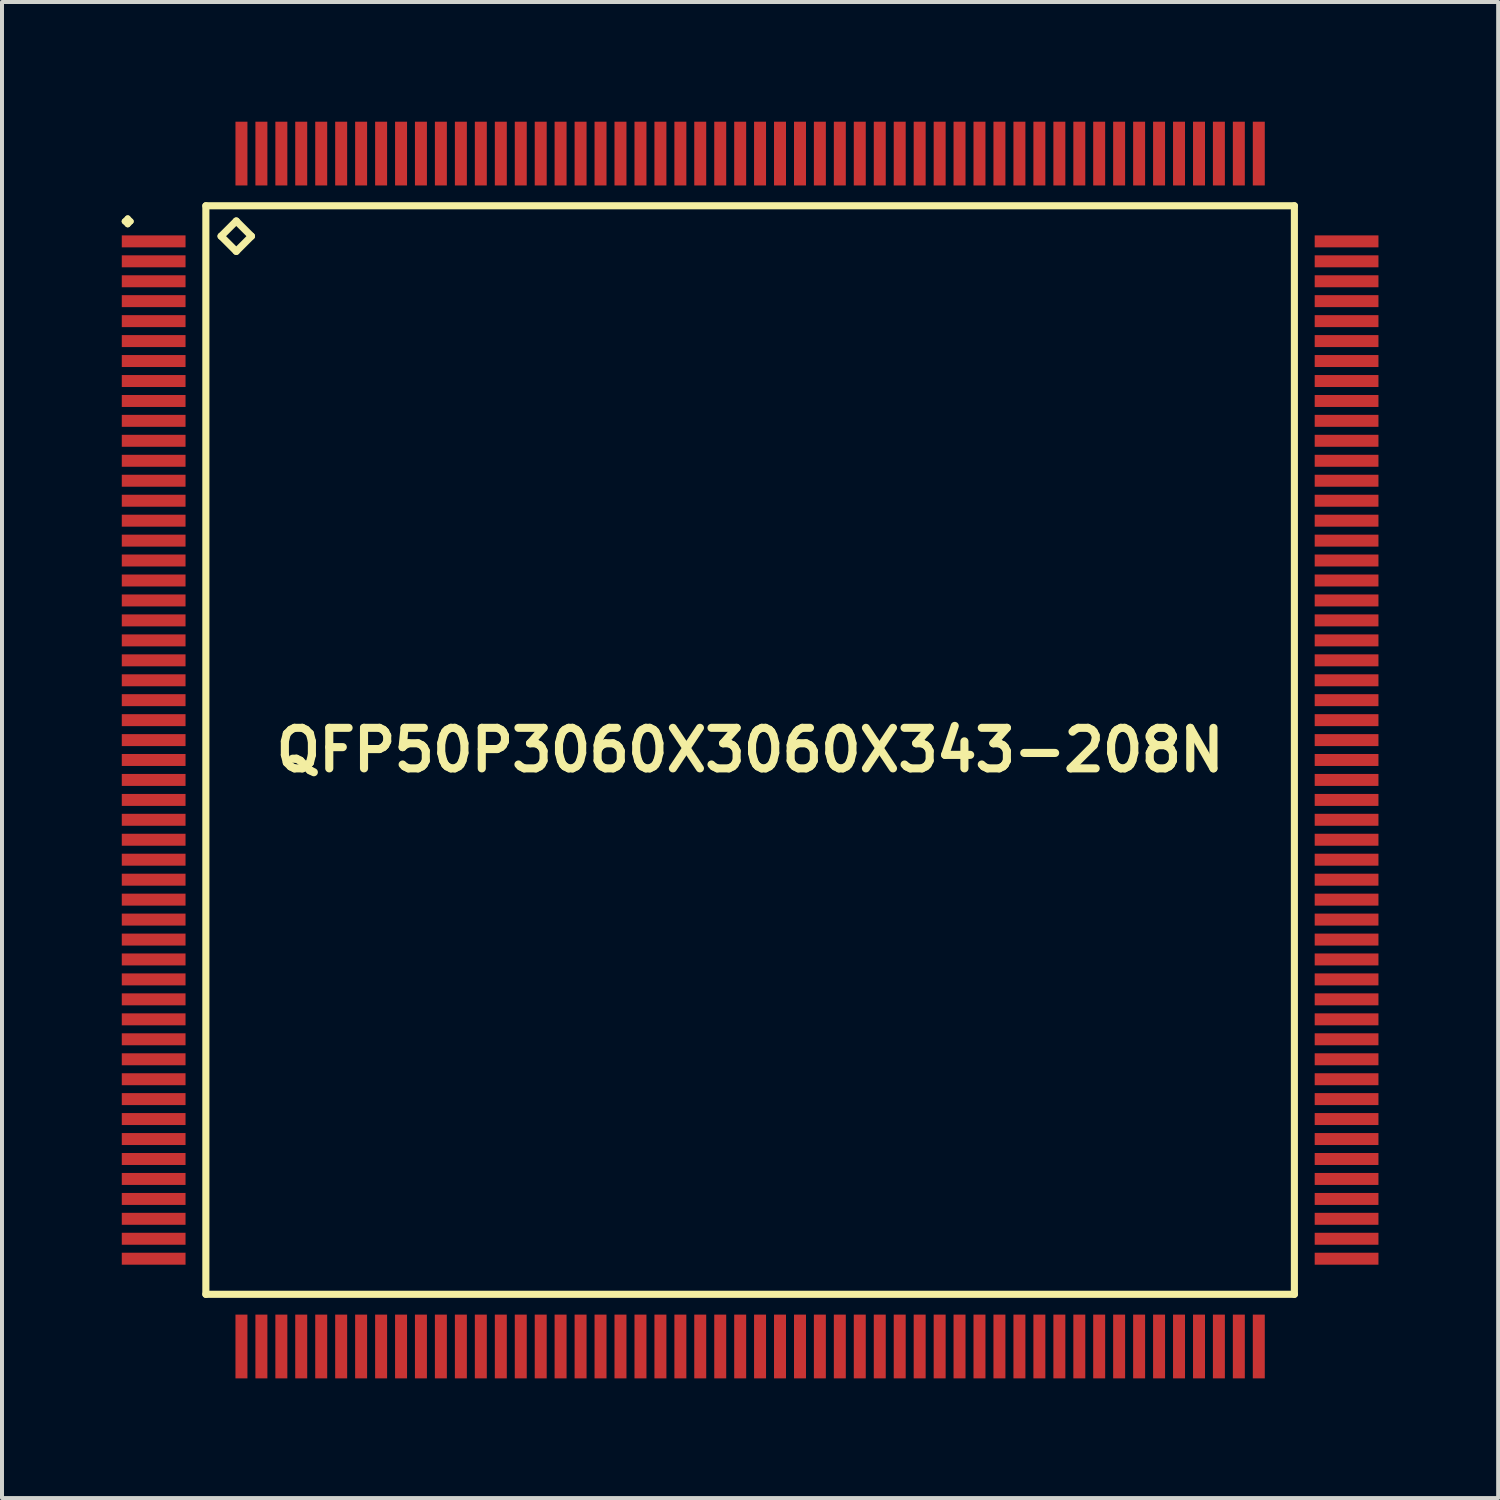
<source format=kicad_pcb>
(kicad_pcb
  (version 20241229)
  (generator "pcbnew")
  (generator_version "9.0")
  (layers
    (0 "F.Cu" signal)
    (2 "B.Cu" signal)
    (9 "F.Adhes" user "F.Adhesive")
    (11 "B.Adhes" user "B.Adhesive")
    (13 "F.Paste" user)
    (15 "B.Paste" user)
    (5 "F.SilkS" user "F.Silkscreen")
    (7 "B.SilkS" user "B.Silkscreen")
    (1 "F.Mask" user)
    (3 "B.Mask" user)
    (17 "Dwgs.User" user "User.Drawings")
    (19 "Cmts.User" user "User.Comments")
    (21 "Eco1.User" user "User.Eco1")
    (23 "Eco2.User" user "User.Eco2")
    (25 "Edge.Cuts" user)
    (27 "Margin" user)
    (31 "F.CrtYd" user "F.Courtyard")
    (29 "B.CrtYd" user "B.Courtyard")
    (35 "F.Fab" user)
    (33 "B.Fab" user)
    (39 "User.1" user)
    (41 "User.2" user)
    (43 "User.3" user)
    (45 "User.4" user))
  (footprint "QFP50P3060X3060X343-208N"
    (layer "F.Cu")
    (at 15.749 15.747)
    (property "Reference" "QFP50P3060X3060X343-208N" (at 0 0 0) (layer "F.SilkS") (effects (font (size 1.016 1.016) (thickness 0.203))))
    (attr smd)
    (fp_line (start -15.674 -13.249) (end -15.598 -13.325) (stroke (width 0.15) (type solid)) (layer "F.SilkS"))
    (fp_line (start -15.598 -13.325) (end -15.524 -13.249) (stroke (width 0.15) (type solid)) (layer "F.SilkS"))
    (fp_line (start -15.598 -13.175) (end -15.674 -13.249) (stroke (width 0.15) (type solid)) (layer "F.SilkS"))
    (fp_line (start -15.524 -13.249) (end -15.598 -13.175) (stroke (width 0.15) (type solid)) (layer "F.SilkS"))
    (fp_line (start -13.64 -13.64) (end -13.64 13.64) (stroke (width 0.178) (type solid)) (layer "F.SilkS"))
    (fp_line (start -13.64 13.64) (end 13.64 13.64) (stroke (width 0.178) (type solid)) (layer "F.SilkS"))
    (fp_line (start -13.259 -12.878) (end -12.878 -13.259) (stroke (width 0.178) (type solid)) (layer "F.SilkS"))
    (fp_line (start -12.878 -13.259) (end -12.497 -12.878) (stroke (width 0.178) (type solid)) (layer "F.SilkS"))
    (fp_line (start -12.878 -12.497) (end -13.259 -12.878) (stroke (width 0.178) (type solid)) (layer "F.SilkS"))
    (fp_line (start -12.497 -12.878) (end -12.878 -12.497) (stroke (width 0.178) (type solid)) (layer "F.SilkS"))
    (fp_line (start 13.64 -13.64) (end -13.64 -13.64) (stroke (width 0.178) (type solid)) (layer "F.SilkS"))
    (fp_line (start 13.64 13.64) (end 13.64 -13.64) (stroke (width 0.178) (type solid)) (layer "F.SilkS"))
    (pad "1" smd rect (at -14.948 -12.748) (size 1.598 0.3) (layers "F.Cu" "F.Mask" "F.Paste"))
    (pad "2" smd rect (at -14.948 -12.248) (size 1.598 0.3) (layers "F.Cu" "F.Mask" "F.Paste"))
    (pad "3" smd rect (at -14.948 -11.748) (size 1.598 0.3) (layers "F.Cu" "F.Mask" "F.Paste"))
    (pad "4" smd rect (at -14.948 -11.25) (size 1.598 0.3) (layers "F.Cu" "F.Mask" "F.Paste"))
    (pad "5" smd rect (at -14.948 -10.749) (size 1.598 0.3) (layers "F.Cu" "F.Mask" "F.Paste"))
    (pad "6" smd rect (at -14.948 -10.249) (size 1.598 0.3) (layers "F.Cu" "F.Mask" "F.Paste"))
    (pad "7" smd rect (at -14.948 -9.749) (size 1.598 0.3) (layers "F.Cu" "F.Mask" "F.Paste"))
    (pad "8" smd rect (at -14.948 -9.248) (size 1.598 0.3) (layers "F.Cu" "F.Mask" "F.Paste"))
    (pad "9" smd rect (at -14.948 -8.748) (size 1.598 0.3) (layers "F.Cu" "F.Mask" "F.Paste"))
    (pad "10" smd rect (at -14.948 -8.25) (size 1.598 0.3) (layers "F.Cu" "F.Mask" "F.Paste"))
    (pad "11" smd rect (at -14.948 -7.75) (size 1.598 0.3) (layers "F.Cu" "F.Mask" "F.Paste"))
    (pad "12" smd rect (at -14.948 -7.249) (size 1.598 0.3) (layers "F.Cu" "F.Mask" "F.Paste"))
    (pad "13" smd rect (at -14.948 -6.749) (size 1.598 0.3) (layers "F.Cu" "F.Mask" "F.Paste"))
    (pad "14" smd rect (at -14.948 -6.248) (size 1.598 0.3) (layers "F.Cu" "F.Mask" "F.Paste"))
    (pad "15" smd rect (at -14.948 -5.748) (size 1.598 0.3) (layers "F.Cu" "F.Mask" "F.Paste"))
    (pad "16" smd rect (at -14.948 -5.248) (size 1.598 0.3) (layers "F.Cu" "F.Mask" "F.Paste"))
    (pad "17" smd rect (at -14.948 -4.75) (size 1.598 0.3) (layers "F.Cu" "F.Mask" "F.Paste"))
    (pad "18" smd rect (at -14.948 -4.249) (size 1.598 0.3) (layers "F.Cu" "F.Mask" "F.Paste"))
    (pad "19" smd rect (at -14.948 -3.749) (size 1.598 0.3) (layers "F.Cu" "F.Mask" "F.Paste"))
    (pad "20" smd rect (at -14.948 -3.249) (size 1.598 0.3) (layers "F.Cu" "F.Mask" "F.Paste"))
    (pad "21" smd rect (at -14.948 -2.748) (size 1.598 0.3) (layers "F.Cu" "F.Mask" "F.Paste"))
    (pad "22" smd rect (at -14.948 -2.248) (size 1.598 0.3) (layers "F.Cu" "F.Mask" "F.Paste"))
    (pad "23" smd rect (at -14.948 -1.748) (size 1.598 0.3) (layers "F.Cu" "F.Mask" "F.Paste"))
    (pad "24" smd rect (at -14.948 -1.25) (size 1.598 0.3) (layers "F.Cu" "F.Mask" "F.Paste"))
    (pad "25" smd rect (at -14.948 -0.749) (size 1.598 0.3) (layers "F.Cu" "F.Mask" "F.Paste"))
    (pad "26" smd rect (at -14.948 -0.249) (size 1.598 0.3) (layers "F.Cu" "F.Mask" "F.Paste"))
    (pad "27" smd rect (at -14.948 0.249) (size 1.598 0.3) (layers "F.Cu" "F.Mask" "F.Paste"))
    (pad "28" smd rect (at -14.948 0.749) (size 1.598 0.3) (layers "F.Cu" "F.Mask" "F.Paste"))
    (pad "29" smd rect (at -14.948 1.25) (size 1.598 0.3) (layers "F.Cu" "F.Mask" "F.Paste"))
    (pad "30" smd rect (at -14.948 1.748) (size 1.598 0.3) (layers "F.Cu" "F.Mask" "F.Paste"))
    (pad "31" smd rect (at -14.948 2.248) (size 1.598 0.3) (layers "F.Cu" "F.Mask" "F.Paste"))
    (pad "32" smd rect (at -14.948 2.748) (size 1.598 0.3) (layers "F.Cu" "F.Mask" "F.Paste"))
    (pad "33" smd rect (at -14.948 3.249) (size 1.598 0.3) (layers "F.Cu" "F.Mask" "F.Paste"))
    (pad "34" smd rect (at -14.948 3.749) (size 1.598 0.3) (layers "F.Cu" "F.Mask" "F.Paste"))
    (pad "35" smd rect (at -14.948 4.249) (size 1.598 0.3) (layers "F.Cu" "F.Mask" "F.Paste"))
    (pad "36" smd rect (at -14.948 4.75) (size 1.598 0.3) (layers "F.Cu" "F.Mask" "F.Paste"))
    (pad "37" smd rect (at -14.948 5.248) (size 1.598 0.3) (layers "F.Cu" "F.Mask" "F.Paste"))
    (pad "38" smd rect (at -14.948 5.748) (size 1.598 0.3) (layers "F.Cu" "F.Mask" "F.Paste"))
    (pad "39" smd rect (at -14.948 6.248) (size 1.598 0.3) (layers "F.Cu" "F.Mask" "F.Paste"))
    (pad "40" smd rect (at -14.948 6.749) (size 1.598 0.3) (layers "F.Cu" "F.Mask" "F.Paste"))
    (pad "41" smd rect (at -14.948 7.249) (size 1.598 0.3) (layers "F.Cu" "F.Mask" "F.Paste"))
    (pad "42" smd rect (at -14.948 7.75) (size 1.598 0.3) (layers "F.Cu" "F.Mask" "F.Paste"))
    (pad "43" smd rect (at -14.948 8.25) (size 1.598 0.3) (layers "F.Cu" "F.Mask" "F.Paste"))
    (pad "44" smd rect (at -14.948 8.748) (size 1.598 0.3) (layers "F.Cu" "F.Mask" "F.Paste"))
    (pad "45" smd rect (at -14.948 9.248) (size 1.598 0.3) (layers "F.Cu" "F.Mask" "F.Paste"))
    (pad "46" smd rect (at -14.948 9.749) (size 1.598 0.3) (layers "F.Cu" "F.Mask" "F.Paste"))
    (pad "47" smd rect (at -14.948 10.249) (size 1.598 0.3) (layers "F.Cu" "F.Mask" "F.Paste"))
    (pad "48" smd rect (at -14.948 10.749) (size 1.598 0.3) (layers "F.Cu" "F.Mask" "F.Paste"))
    (pad "49" smd rect (at -14.948 11.25) (size 1.598 0.3) (layers "F.Cu" "F.Mask" "F.Paste"))
    (pad "50" smd rect (at -14.948 11.748) (size 1.598 0.3) (layers "F.Cu" "F.Mask" "F.Paste"))
    (pad "51" smd rect (at -14.948 12.248) (size 1.598 0.3) (layers "F.Cu" "F.Mask" "F.Paste"))
    (pad "52" smd rect (at -14.948 12.748) (size 1.598 0.3) (layers "F.Cu" "F.Mask" "F.Paste"))
    (pad "53" smd rect (at -12.748 14.948) (size 0.3 1.598) (layers "F.Cu" "F.Mask" "F.Paste"))
    (pad "54" smd rect (at -12.248 14.948) (size 0.3 1.598) (layers "F.Cu" "F.Mask" "F.Paste"))
    (pad "55" smd rect (at -11.748 14.948) (size 0.3 1.598) (layers "F.Cu" "F.Mask" "F.Paste"))
    (pad "56" smd rect (at -11.25 14.948) (size 0.3 1.598) (layers "F.Cu" "F.Mask" "F.Paste"))
    (pad "57" smd rect (at -10.749 14.948) (size 0.3 1.598) (layers "F.Cu" "F.Mask" "F.Paste"))
    (pad "58" smd rect (at -10.249 14.948) (size 0.3 1.598) (layers "F.Cu" "F.Mask" "F.Paste"))
    (pad "59" smd rect (at -9.749 14.948) (size 0.3 1.598) (layers "F.Cu" "F.Mask" "F.Paste"))
    (pad "60" smd rect (at -9.248 14.948) (size 0.3 1.598) (layers "F.Cu" "F.Mask" "F.Paste"))
    (pad "61" smd rect (at -8.748 14.948) (size 0.3 1.598) (layers "F.Cu" "F.Mask" "F.Paste"))
    (pad "62" smd rect (at -8.25 14.948) (size 0.3 1.598) (layers "F.Cu" "F.Mask" "F.Paste"))
    (pad "63" smd rect (at -7.75 14.948) (size 0.3 1.598) (layers "F.Cu" "F.Mask" "F.Paste"))
    (pad "64" smd rect (at -7.249 14.948) (size 0.3 1.598) (layers "F.Cu" "F.Mask" "F.Paste"))
    (pad "65" smd rect (at -6.749 14.948) (size 0.3 1.598) (layers "F.Cu" "F.Mask" "F.Paste"))
    (pad "66" smd rect (at -6.248 14.948) (size 0.3 1.598) (layers "F.Cu" "F.Mask" "F.Paste"))
    (pad "67" smd rect (at -5.748 14.948) (size 0.3 1.598) (layers "F.Cu" "F.Mask" "F.Paste"))
    (pad "68" smd rect (at -5.248 14.948) (size 0.3 1.598) (layers "F.Cu" "F.Mask" "F.Paste"))
    (pad "69" smd rect (at -4.75 14.948) (size 0.3 1.598) (layers "F.Cu" "F.Mask" "F.Paste"))
    (pad "70" smd rect (at -4.249 14.948) (size 0.3 1.598) (layers "F.Cu" "F.Mask" "F.Paste"))
    (pad "71" smd rect (at -3.749 14.948) (size 0.3 1.598) (layers "F.Cu" "F.Mask" "F.Paste"))
    (pad "72" smd rect (at -3.249 14.948) (size 0.3 1.598) (layers "F.Cu" "F.Mask" "F.Paste"))
    (pad "73" smd rect (at -2.748 14.948) (size 0.3 1.598) (layers "F.Cu" "F.Mask" "F.Paste"))
    (pad "74" smd rect (at -2.248 14.948) (size 0.3 1.598) (layers "F.Cu" "F.Mask" "F.Paste"))
    (pad "75" smd rect (at -1.748 14.948) (size 0.3 1.598) (layers "F.Cu" "F.Mask" "F.Paste"))
    (pad "76" smd rect (at -1.25 14.948) (size 0.3 1.598) (layers "F.Cu" "F.Mask" "F.Paste"))
    (pad "77" smd rect (at -0.749 14.948) (size 0.3 1.598) (layers "F.Cu" "F.Mask" "F.Paste"))
    (pad "78" smd rect (at -0.249 14.948) (size 0.3 1.598) (layers "F.Cu" "F.Mask" "F.Paste"))
    (pad "79" smd rect (at 0.249 14.948) (size 0.3 1.598) (layers "F.Cu" "F.Mask" "F.Paste"))
    (pad "80" smd rect (at 0.749 14.948) (size 0.3 1.598) (layers "F.Cu" "F.Mask" "F.Paste"))
    (pad "81" smd rect (at 1.25 14.948) (size 0.3 1.598) (layers "F.Cu" "F.Mask" "F.Paste"))
    (pad "82" smd rect (at 1.748 14.948) (size 0.3 1.598) (layers "F.Cu" "F.Mask" "F.Paste"))
    (pad "83" smd rect (at 2.248 14.948) (size 0.3 1.598) (layers "F.Cu" "F.Mask" "F.Paste"))
    (pad "84" smd rect (at 2.748 14.948) (size 0.3 1.598) (layers "F.Cu" "F.Mask" "F.Paste"))
    (pad "85" smd rect (at 3.249 14.948) (size 0.3 1.598) (layers "F.Cu" "F.Mask" "F.Paste"))
    (pad "86" smd rect (at 3.749 14.948) (size 0.3 1.598) (layers "F.Cu" "F.Mask" "F.Paste"))
    (pad "87" smd rect (at 4.249 14.948) (size 0.3 1.598) (layers "F.Cu" "F.Mask" "F.Paste"))
    (pad "88" smd rect (at 4.75 14.948) (size 0.3 1.598) (layers "F.Cu" "F.Mask" "F.Paste"))
    (pad "89" smd rect (at 5.248 14.948) (size 0.3 1.598) (layers "F.Cu" "F.Mask" "F.Paste"))
    (pad "90" smd rect (at 5.748 14.948) (size 0.3 1.598) (layers "F.Cu" "F.Mask" "F.Paste"))
    (pad "91" smd rect (at 6.248 14.948) (size 0.3 1.598) (layers "F.Cu" "F.Mask" "F.Paste"))
    (pad "92" smd rect (at 6.749 14.948) (size 0.3 1.598) (layers "F.Cu" "F.Mask" "F.Paste"))
    (pad "93" smd rect (at 7.249 14.948) (size 0.3 1.598) (layers "F.Cu" "F.Mask" "F.Paste"))
    (pad "94" smd rect (at 7.75 14.948) (size 0.3 1.598) (layers "F.Cu" "F.Mask" "F.Paste"))
    (pad "95" smd rect (at 8.25 14.948) (size 0.3 1.598) (layers "F.Cu" "F.Mask" "F.Paste"))
    (pad "96" smd rect (at 8.748 14.948) (size 0.3 1.598) (layers "F.Cu" "F.Mask" "F.Paste"))
    (pad "97" smd rect (at 9.248 14.948) (size 0.3 1.598) (layers "F.Cu" "F.Mask" "F.Paste"))
    (pad "98" smd rect (at 9.749 14.948) (size 0.3 1.598) (layers "F.Cu" "F.Mask" "F.Paste"))
    (pad "99" smd rect (at 10.249 14.948) (size 0.3 1.598) (layers "F.Cu" "F.Mask" "F.Paste"))
    (pad "100" smd rect (at 10.749 14.948) (size 0.3 1.598) (layers "F.Cu" "F.Mask" "F.Paste"))
    (pad "101" smd rect (at 11.25 14.948) (size 0.3 1.598) (layers "F.Cu" "F.Mask" "F.Paste"))
    (pad "102" smd rect (at 11.748 14.948) (size 0.3 1.598) (layers "F.Cu" "F.Mask" "F.Paste"))
    (pad "103" smd rect (at 12.248 14.948) (size 0.3 1.598) (layers "F.Cu" "F.Mask" "F.Paste"))
    (pad "104" smd rect (at 12.748 14.948) (size 0.3 1.598) (layers "F.Cu" "F.Mask" "F.Paste"))
    (pad "105" smd rect (at 14.948 12.748) (size 1.598 0.3) (layers "F.Cu" "F.Mask" "F.Paste"))
    (pad "106" smd rect (at 14.948 12.248) (size 1.598 0.3) (layers "F.Cu" "F.Mask" "F.Paste"))
    (pad "107" smd rect (at 14.948 11.748) (size 1.598 0.3) (layers "F.Cu" "F.Mask" "F.Paste"))
    (pad "108" smd rect (at 14.948 11.25) (size 1.598 0.3) (layers "F.Cu" "F.Mask" "F.Paste"))
    (pad "109" smd rect (at 14.948 10.749) (size 1.598 0.3) (layers "F.Cu" "F.Mask" "F.Paste"))
    (pad "110" smd rect (at 14.948 10.249) (size 1.598 0.3) (layers "F.Cu" "F.Mask" "F.Paste"))
    (pad "111" smd rect (at 14.948 9.749) (size 1.598 0.3) (layers "F.Cu" "F.Mask" "F.Paste"))
    (pad "112" smd rect (at 14.948 9.248) (size 1.598 0.3) (layers "F.Cu" "F.Mask" "F.Paste"))
    (pad "113" smd rect (at 14.948 8.748) (size 1.598 0.3) (layers "F.Cu" "F.Mask" "F.Paste"))
    (pad "114" smd rect (at 14.948 8.25) (size 1.598 0.3) (layers "F.Cu" "F.Mask" "F.Paste"))
    (pad "115" smd rect (at 14.948 7.75) (size 1.598 0.3) (layers "F.Cu" "F.Mask" "F.Paste"))
    (pad "116" smd rect (at 14.948 7.249) (size 1.598 0.3) (layers "F.Cu" "F.Mask" "F.Paste"))
    (pad "117" smd rect (at 14.948 6.749) (size 1.598 0.3) (layers "F.Cu" "F.Mask" "F.Paste"))
    (pad "118" smd rect (at 14.948 6.248) (size 1.598 0.3) (layers "F.Cu" "F.Mask" "F.Paste"))
    (pad "119" smd rect (at 14.948 5.748) (size 1.598 0.3) (layers "F.Cu" "F.Mask" "F.Paste"))
    (pad "120" smd rect (at 14.948 5.248) (size 1.598 0.3) (layers "F.Cu" "F.Mask" "F.Paste"))
    (pad "121" smd rect (at 14.948 4.75) (size 1.598 0.3) (layers "F.Cu" "F.Mask" "F.Paste"))
    (pad "122" smd rect (at 14.948 4.249) (size 1.598 0.3) (layers "F.Cu" "F.Mask" "F.Paste"))
    (pad "123" smd rect (at 14.948 3.749) (size 1.598 0.3) (layers "F.Cu" "F.Mask" "F.Paste"))
    (pad "124" smd rect (at 14.948 3.249) (size 1.598 0.3) (layers "F.Cu" "F.Mask" "F.Paste"))
    (pad "125" smd rect (at 14.948 2.748) (size 1.598 0.3) (layers "F.Cu" "F.Mask" "F.Paste"))
    (pad "126" smd rect (at 14.948 2.248) (size 1.598 0.3) (layers "F.Cu" "F.Mask" "F.Paste"))
    (pad "127" smd rect (at 14.948 1.748) (size 1.598 0.3) (layers "F.Cu" "F.Mask" "F.Paste"))
    (pad "128" smd rect (at 14.948 1.25) (size 1.598 0.3) (layers "F.Cu" "F.Mask" "F.Paste"))
    (pad "129" smd rect (at 14.948 0.749) (size 1.598 0.3) (layers "F.Cu" "F.Mask" "F.Paste"))
    (pad "130" smd rect (at 14.948 0.249) (size 1.598 0.3) (layers "F.Cu" "F.Mask" "F.Paste"))
    (pad "131" smd rect (at 14.948 -0.249) (size 1.598 0.3) (layers "F.Cu" "F.Mask" "F.Paste"))
    (pad "132" smd rect (at 14.948 -0.749) (size 1.598 0.3) (layers "F.Cu" "F.Mask" "F.Paste"))
    (pad "133" smd rect (at 14.948 -1.25) (size 1.598 0.3) (layers "F.Cu" "F.Mask" "F.Paste"))
    (pad "134" smd rect (at 14.948 -1.748) (size 1.598 0.3) (layers "F.Cu" "F.Mask" "F.Paste"))
    (pad "135" smd rect (at 14.948 -2.248) (size 1.598 0.3) (layers "F.Cu" "F.Mask" "F.Paste"))
    (pad "136" smd rect (at 14.948 -2.748) (size 1.598 0.3) (layers "F.Cu" "F.Mask" "F.Paste"))
    (pad "137" smd rect (at 14.948 -3.249) (size 1.598 0.3) (layers "F.Cu" "F.Mask" "F.Paste"))
    (pad "138" smd rect (at 14.948 -3.749) (size 1.598 0.3) (layers "F.Cu" "F.Mask" "F.Paste"))
    (pad "139" smd rect (at 14.948 -4.249) (size 1.598 0.3) (layers "F.Cu" "F.Mask" "F.Paste"))
    (pad "140" smd rect (at 14.948 -4.75) (size 1.598 0.3) (layers "F.Cu" "F.Mask" "F.Paste"))
    (pad "141" smd rect (at 14.948 -5.248) (size 1.598 0.3) (layers "F.Cu" "F.Mask" "F.Paste"))
    (pad "142" smd rect (at 14.948 -5.748) (size 1.598 0.3) (layers "F.Cu" "F.Mask" "F.Paste"))
    (pad "143" smd rect (at 14.948 -6.248) (size 1.598 0.3) (layers "F.Cu" "F.Mask" "F.Paste"))
    (pad "144" smd rect (at 14.948 -6.749) (size 1.598 0.3) (layers "F.Cu" "F.Mask" "F.Paste"))
    (pad "145" smd rect (at 14.948 -7.249) (size 1.598 0.3) (layers "F.Cu" "F.Mask" "F.Paste"))
    (pad "146" smd rect (at 14.948 -7.75) (size 1.598 0.3) (layers "F.Cu" "F.Mask" "F.Paste"))
    (pad "147" smd rect (at 14.948 -8.25) (size 1.598 0.3) (layers "F.Cu" "F.Mask" "F.Paste"))
    (pad "148" smd rect (at 14.948 -8.748) (size 1.598 0.3) (layers "F.Cu" "F.Mask" "F.Paste"))
    (pad "149" smd rect (at 14.948 -9.248) (size 1.598 0.3) (layers "F.Cu" "F.Mask" "F.Paste"))
    (pad "150" smd rect (at 14.948 -9.749) (size 1.598 0.3) (layers "F.Cu" "F.Mask" "F.Paste"))
    (pad "151" smd rect (at 14.948 -10.249) (size 1.598 0.3) (layers "F.Cu" "F.Mask" "F.Paste"))
    (pad "152" smd rect (at 14.948 -10.749) (size 1.598 0.3) (layers "F.Cu" "F.Mask" "F.Paste"))
    (pad "153" smd rect (at 14.948 -11.25) (size 1.598 0.3) (layers "F.Cu" "F.Mask" "F.Paste"))
    (pad "154" smd rect (at 14.948 -11.748) (size 1.598 0.3) (layers "F.Cu" "F.Mask" "F.Paste"))
    (pad "155" smd rect (at 14.948 -12.248) (size 1.598 0.3) (layers "F.Cu" "F.Mask" "F.Paste"))
    (pad "156" smd rect (at 14.948 -12.748) (size 1.598 0.3) (layers "F.Cu" "F.Mask" "F.Paste"))
    (pad "157" smd rect (at 12.748 -14.948) (size 0.3 1.598) (layers "F.Cu" "F.Mask" "F.Paste"))
    (pad "158" smd rect (at 12.248 -14.948) (size 0.3 1.598) (layers "F.Cu" "F.Mask" "F.Paste"))
    (pad "159" smd rect (at 11.748 -14.948) (size 0.3 1.598) (layers "F.Cu" "F.Mask" "F.Paste"))
    (pad "160" smd rect (at 11.25 -14.948) (size 0.3 1.598) (layers "F.Cu" "F.Mask" "F.Paste"))
    (pad "161" smd rect (at 10.749 -14.948) (size 0.3 1.598) (layers "F.Cu" "F.Mask" "F.Paste"))
    (pad "162" smd rect (at 10.249 -14.948) (size 0.3 1.598) (layers "F.Cu" "F.Mask" "F.Paste"))
    (pad "163" smd rect (at 9.749 -14.948) (size 0.3 1.598) (layers "F.Cu" "F.Mask" "F.Paste"))
    (pad "164" smd rect (at 9.248 -14.948) (size 0.3 1.598) (layers "F.Cu" "F.Mask" "F.Paste"))
    (pad "165" smd rect (at 8.748 -14.948) (size 0.3 1.598) (layers "F.Cu" "F.Mask" "F.Paste"))
    (pad "166" smd rect (at 8.25 -14.948) (size 0.3 1.598) (layers "F.Cu" "F.Mask" "F.Paste"))
    (pad "167" smd rect (at 7.75 -14.948) (size 0.3 1.598) (layers "F.Cu" "F.Mask" "F.Paste"))
    (pad "168" smd rect (at 7.249 -14.948) (size 0.3 1.598) (layers "F.Cu" "F.Mask" "F.Paste"))
    (pad "169" smd rect (at 6.749 -14.948) (size 0.3 1.598) (layers "F.Cu" "F.Mask" "F.Paste"))
    (pad "170" smd rect (at 6.248 -14.948) (size 0.3 1.598) (layers "F.Cu" "F.Mask" "F.Paste"))
    (pad "171" smd rect (at 5.748 -14.948) (size 0.3 1.598) (layers "F.Cu" "F.Mask" "F.Paste"))
    (pad "172" smd rect (at 5.248 -14.948) (size 0.3 1.598) (layers "F.Cu" "F.Mask" "F.Paste"))
    (pad "173" smd rect (at 4.75 -14.948) (size 0.3 1.598) (layers "F.Cu" "F.Mask" "F.Paste"))
    (pad "174" smd rect (at 4.249 -14.948) (size 0.3 1.598) (layers "F.Cu" "F.Mask" "F.Paste"))
    (pad "175" smd rect (at 3.749 -14.948) (size 0.3 1.598) (layers "F.Cu" "F.Mask" "F.Paste"))
    (pad "176" smd rect (at 3.249 -14.948) (size 0.3 1.598) (layers "F.Cu" "F.Mask" "F.Paste"))
    (pad "177" smd rect (at 2.748 -14.948) (size 0.3 1.598) (layers "F.Cu" "F.Mask" "F.Paste"))
    (pad "178" smd rect (at 2.248 -14.948) (size 0.3 1.598) (layers "F.Cu" "F.Mask" "F.Paste"))
    (pad "179" smd rect (at 1.748 -14.948) (size 0.3 1.598) (layers "F.Cu" "F.Mask" "F.Paste"))
    (pad "180" smd rect (at 1.25 -14.948) (size 0.3 1.598) (layers "F.Cu" "F.Mask" "F.Paste"))
    (pad "181" smd rect (at 0.749 -14.948) (size 0.3 1.598) (layers "F.Cu" "F.Mask" "F.Paste"))
    (pad "182" smd rect (at 0.249 -14.948) (size 0.3 1.598) (layers "F.Cu" "F.Mask" "F.Paste"))
    (pad "183" smd rect (at -0.249 -14.948) (size 0.3 1.598) (layers "F.Cu" "F.Mask" "F.Paste"))
    (pad "184" smd rect (at -0.749 -14.948) (size 0.3 1.598) (layers "F.Cu" "F.Mask" "F.Paste"))
    (pad "185" smd rect (at -1.25 -14.948) (size 0.3 1.598) (layers "F.Cu" "F.Mask" "F.Paste"))
    (pad "186" smd rect (at -1.748 -14.948) (size 0.3 1.598) (layers "F.Cu" "F.Mask" "F.Paste"))
    (pad "187" smd rect (at -2.248 -14.948) (size 0.3 1.598) (layers "F.Cu" "F.Mask" "F.Paste"))
    (pad "188" smd rect (at -2.748 -14.948) (size 0.3 1.598) (layers "F.Cu" "F.Mask" "F.Paste"))
    (pad "189" smd rect (at -3.249 -14.948) (size 0.3 1.598) (layers "F.Cu" "F.Mask" "F.Paste"))
    (pad "190" smd rect (at -3.749 -14.948) (size 0.3 1.598) (layers "F.Cu" "F.Mask" "F.Paste"))
    (pad "191" smd rect (at -4.249 -14.948) (size 0.3 1.598) (layers "F.Cu" "F.Mask" "F.Paste"))
    (pad "192" smd rect (at -4.75 -14.948) (size 0.3 1.598) (layers "F.Cu" "F.Mask" "F.Paste"))
    (pad "193" smd rect (at -5.248 -14.948) (size 0.3 1.598) (layers "F.Cu" "F.Mask" "F.Paste"))
    (pad "194" smd rect (at -5.748 -14.948) (size 0.3 1.598) (layers "F.Cu" "F.Mask" "F.Paste"))
    (pad "195" smd rect (at -6.248 -14.948) (size 0.3 1.598) (layers "F.Cu" "F.Mask" "F.Paste"))
    (pad "196" smd rect (at -6.749 -14.948) (size 0.3 1.598) (layers "F.Cu" "F.Mask" "F.Paste"))
    (pad "197" smd rect (at -7.249 -14.948) (size 0.3 1.598) (layers "F.Cu" "F.Mask" "F.Paste"))
    (pad "198" smd rect (at -7.75 -14.948) (size 0.3 1.598) (layers "F.Cu" "F.Mask" "F.Paste"))
    (pad "199" smd rect (at -8.25 -14.948) (size 0.3 1.598) (layers "F.Cu" "F.Mask" "F.Paste"))
    (pad "200" smd rect (at -8.748 -14.948) (size 0.3 1.598) (layers "F.Cu" "F.Mask" "F.Paste"))
    (pad "201" smd rect (at -9.248 -14.948) (size 0.3 1.598) (layers "F.Cu" "F.Mask" "F.Paste"))
    (pad "202" smd rect (at -9.749 -14.948) (size 0.3 1.598) (layers "F.Cu" "F.Mask" "F.Paste"))
    (pad "203" smd rect (at -10.249 -14.948) (size 0.3 1.598) (layers "F.Cu" "F.Mask" "F.Paste"))
    (pad "204" smd rect (at -10.749 -14.948) (size 0.3 1.598) (layers "F.Cu" "F.Mask" "F.Paste"))
    (pad "205" smd rect (at -11.25 -14.948) (size 0.3 1.598) (layers "F.Cu" "F.Mask" "F.Paste"))
    (pad "206" smd rect (at -11.748 -14.948) (size 0.3 1.598) (layers "F.Cu" "F.Mask" "F.Paste"))
    (pad "207" smd rect (at -12.248 -14.948) (size 0.3 1.598) (layers "F.Cu" "F.Mask" "F.Paste"))
    (pad "208" smd rect (at -12.748 -14.948) (size 0.3 1.598) (layers "F.Cu" "F.Mask" "F.Paste")))
  (gr_rect
    (start -3 -3)
    (end 34.496 34.493)
    (stroke (width 0.1) (type default))
    (fill no)
    (layer "Edge.Cuts")))
</source>
